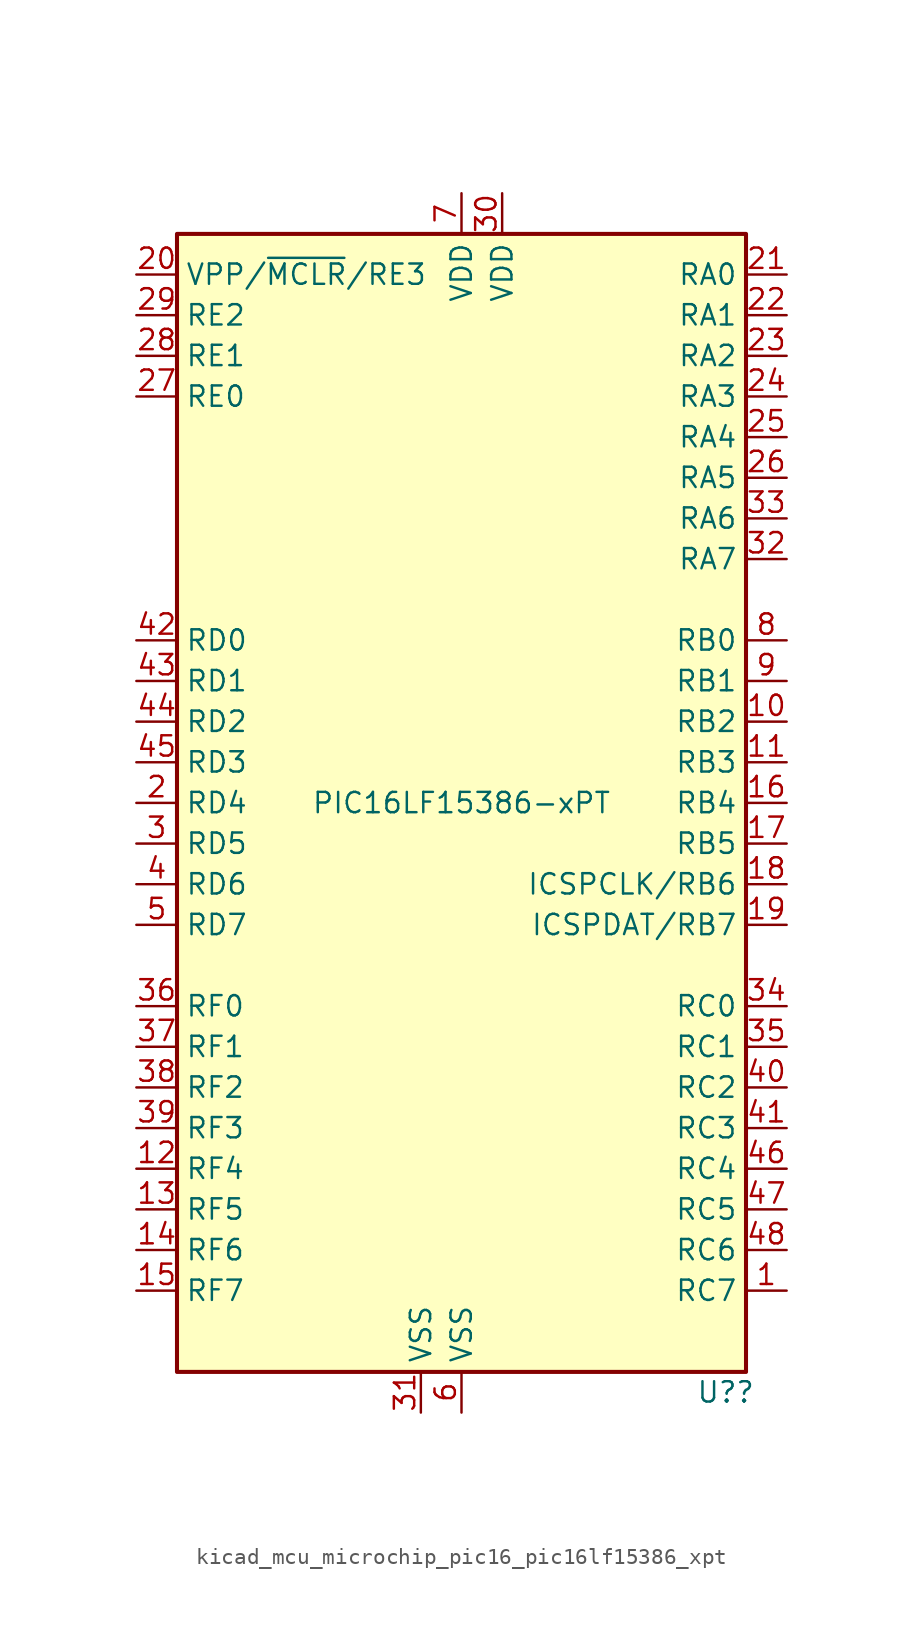
<source format=kicad_sym>
(kicad_symbol_lib
  (version 20220914)
  (generator kicad_symbol_editor)
  (symbol "kicad_mcu_microchip_pic16_pic16lf15386_xpt"
    (property "Reference" "U?"
      (at 16.51 -36.83 0)
      (effects (font (size 1.27 1.27))))
    (property "Value" "PIC16LF15386-xPT"
      (at 0 0 0)
      (effects (font (size 1.27 1.27))))
    (symbol "kicad_mcu_microchip_pic16_pic16lf15386_xpt_0_0"
      (pin bidirectional line (at -20.32 -2.54 0) (length 2.54) (name "RD5" (effects (font (size 1.27 1.27)))) (number "3" (effects (font (size 1.27 1.27)))))
      (pin bidirectional line (at -20.32 -5.08 0) (length 2.54) (name "RD6" (effects (font (size 1.27 1.27)))) (number "4" (effects (font (size 1.27 1.27))))))
    (symbol "kicad_mcu_microchip_pic16_pic16lf15386_xpt_0_1"
      (rectangle (start -17.78 35.56) (end 17.78 -35.56) (stroke (width 0.254) (type default)) (fill (type background))))
    (symbol "kicad_mcu_microchip_pic16_pic16lf15386_xpt_1_1"
      (pin bidirectional line (at 20.32 -30.48 180) (length 2.54) (name "RC7" (effects (font (size 1.27 1.27)))) (number "1" (effects (font (size 1.27 1.27)))))
      (pin bidirectional line (at 20.32 5.08 180) (length 2.54) (name "RB2" (effects (font (size 1.27 1.27)))) (number "10" (effects (font (size 1.27 1.27)))))
      (pin bidirectional line (at 20.32 2.54 180) (length 2.54) (name "RB3" (effects (font (size 1.27 1.27)))) (number "11" (effects (font (size 1.27 1.27)))))
      (pin bidirectional line (at -20.32 -22.86 0) (length 2.54) (name "RF4" (effects (font (size 1.27 1.27)))) (number "12" (effects (font (size 1.27 1.27)))))
      (pin bidirectional line (at -20.32 -25.4 0) (length 2.54) (name "RF5" (effects (font (size 1.27 1.27)))) (number "13" (effects (font (size 1.27 1.27)))))
      (pin bidirectional line (at -20.32 -27.94 0) (length 2.54) (name "RF6" (effects (font (size 1.27 1.27)))) (number "14" (effects (font (size 1.27 1.27)))))
      (pin bidirectional line (at -20.32 -30.48 0) (length 2.54) (name "RF7" (effects (font (size 1.27 1.27)))) (number "15" (effects (font (size 1.27 1.27)))))
      (pin bidirectional line (at 20.32 0 180) (length 2.54) (name "RB4" (effects (font (size 1.27 1.27)))) (number "16" (effects (font (size 1.27 1.27)))))
      (pin bidirectional line (at 20.32 -2.54 180) (length 2.54) (name "RB5" (effects (font (size 1.27 1.27)))) (number "17" (effects (font (size 1.27 1.27)))))
      (pin bidirectional line (at 20.32 -5.08 180) (length 2.54) (name "ICSPCLK/RB6" (effects (font (size 1.27 1.27)))) (number "18" (effects (font (size 1.27 1.27)))))
      (pin bidirectional line (at 20.32 -7.62 180) (length 2.54) (name "ICSPDAT/RB7" (effects (font (size 1.27 1.27)))) (number "19" (effects (font (size 1.27 1.27)))))
      (pin bidirectional line (at -20.32 0 0) (length 2.54) (name "RD4" (effects (font (size 1.27 1.27)))) (number "2" (effects (font (size 1.27 1.27)))))
      (pin bidirectional line (at -20.32 33.02 0) (length 2.54) (name "VPP/~{MCLR}/RE3" (effects (font (size 1.27 1.27)))) (number "20" (effects (font (size 1.27 1.27)))))
      (pin bidirectional line (at 20.32 33.02 180) (length 2.54) (name "RA0" (effects (font (size 1.27 1.27)))) (number "21" (effects (font (size 1.27 1.27)))))
      (pin bidirectional line (at 20.32 30.48 180) (length 2.54) (name "RA1" (effects (font (size 1.27 1.27)))) (number "22" (effects (font (size 1.27 1.27)))))
      (pin bidirectional line (at 20.32 27.94 180) (length 2.54) (name "RA2" (effects (font (size 1.27 1.27)))) (number "23" (effects (font (size 1.27 1.27)))))
      (pin bidirectional line (at 20.32 25.4 180) (length 2.54) (name "RA3" (effects (font (size 1.27 1.27)))) (number "24" (effects (font (size 1.27 1.27)))))
      (pin bidirectional line (at 20.32 22.86 180) (length 2.54) (name "RA4" (effects (font (size 1.27 1.27)))) (number "25" (effects (font (size 1.27 1.27)))))
      (pin bidirectional line (at 20.32 20.32 180) (length 2.54) (name "RA5" (effects (font (size 1.27 1.27)))) (number "26" (effects (font (size 1.27 1.27)))))
      (pin bidirectional line (at -20.32 25.4 0) (length 2.54) (name "RE0" (effects (font (size 1.27 1.27)))) (number "27" (effects (font (size 1.27 1.27)))))
      (pin bidirectional line (at -20.32 27.94 0) (length 2.54) (name "RE1" (effects (font (size 1.27 1.27)))) (number "28" (effects (font (size 1.27 1.27)))))
      (pin bidirectional line (at -20.32 30.48 0) (length 2.54) (name "RE2" (effects (font (size 1.27 1.27)))) (number "29" (effects (font (size 1.27 1.27)))))
      (pin power_in line (at 2.54 38.1 270) (length 2.54) (name "VDD" (effects (font (size 1.27 1.27)))) (number "30" (effects (font (size 1.27 1.27)))))
      (pin power_in line (at -2.54 -38.1 90) (length 2.54) (name "VSS" (effects (font (size 1.27 1.27)))) (number "31" (effects (font (size 1.27 1.27)))))
      (pin bidirectional line (at 20.32 15.24 180) (length 2.54) (name "RA7" (effects (font (size 1.27 1.27)))) (number "32" (effects (font (size 1.27 1.27)))))
      (pin bidirectional line (at 20.32 17.78 180) (length 2.54) (name "RA6" (effects (font (size 1.27 1.27)))) (number "33" (effects (font (size 1.27 1.27)))))
      (pin bidirectional line (at 20.32 -12.7 180) (length 2.54) (name "RC0" (effects (font (size 1.27 1.27)))) (number "34" (effects (font (size 1.27 1.27)))))
      (pin bidirectional line (at 20.32 -15.24 180) (length 2.54) (name "RC1" (effects (font (size 1.27 1.27)))) (number "35" (effects (font (size 1.27 1.27)))))
      (pin bidirectional line (at -20.32 -12.7 0) (length 2.54) (name "RF0" (effects (font (size 1.27 1.27)))) (number "36" (effects (font (size 1.27 1.27)))))
      (pin bidirectional line (at -20.32 -15.24 0) (length 2.54) (name "RF1" (effects (font (size 1.27 1.27)))) (number "37" (effects (font (size 1.27 1.27)))))
      (pin bidirectional line (at -20.32 -17.78 0) (length 2.54) (name "RF2" (effects (font (size 1.27 1.27)))) (number "38" (effects (font (size 1.27 1.27)))))
      (pin bidirectional line (at -20.32 -20.32 0) (length 2.54) (name "RF3" (effects (font (size 1.27 1.27)))) (number "39" (effects (font (size 1.27 1.27)))))
      (pin bidirectional line (at 20.32 -17.78 180) (length 2.54) (name "RC2" (effects (font (size 1.27 1.27)))) (number "40" (effects (font (size 1.27 1.27)))))
      (pin bidirectional line (at 20.32 -20.32 180) (length 2.54) (name "RC3" (effects (font (size 1.27 1.27)))) (number "41" (effects (font (size 1.27 1.27)))))
      (pin bidirectional line (at -20.32 10.16 0) (length 2.54) (name "RD0" (effects (font (size 1.27 1.27)))) (number "42" (effects (font (size 1.27 1.27)))))
      (pin bidirectional line (at -20.32 7.62 0) (length 2.54) (name "RD1" (effects (font (size 1.27 1.27)))) (number "43" (effects (font (size 1.27 1.27)))))
      (pin bidirectional line (at -20.32 5.08 0) (length 2.54) (name "RD2" (effects (font (size 1.27 1.27)))) (number "44" (effects (font (size 1.27 1.27)))))
      (pin bidirectional line (at -20.32 2.54 0) (length 2.54) (name "RD3" (effects (font (size 1.27 1.27)))) (number "45" (effects (font (size 1.27 1.27)))))
      (pin bidirectional line (at 20.32 -22.86 180) (length 2.54) (name "RC4" (effects (font (size 1.27 1.27)))) (number "46" (effects (font (size 1.27 1.27)))))
      (pin bidirectional line (at 20.32 -25.4 180) (length 2.54) (name "RC5" (effects (font (size 1.27 1.27)))) (number "47" (effects (font (size 1.27 1.27)))))
      (pin bidirectional line (at 20.32 -27.94 180) (length 2.54) (name "RC6" (effects (font (size 1.27 1.27)))) (number "48" (effects (font (size 1.27 1.27)))))
      (pin bidirectional line (at -20.32 -7.62 0) (length 2.54) (name "RD7" (effects (font (size 1.27 1.27)))) (number "5" (effects (font (size 1.27 1.27)))))
      (pin power_in line (at 0 -38.1 90) (length 2.54) (name "VSS" (effects (font (size 1.27 1.27)))) (number "6" (effects (font (size 1.27 1.27)))))
      (pin power_in line (at 0 38.1 270) (length 2.54) (name "VDD" (effects (font (size 1.27 1.27)))) (number "7" (effects (font (size 1.27 1.27)))))
      (pin bidirectional line (at 20.32 10.16 180) (length 2.54) (name "RB0" (effects (font (size 1.27 1.27)))) (number "8" (effects (font (size 1.27 1.27)))))
      (pin bidirectional line (at 20.32 7.62 180) (length 2.54) (name "RB1" (effects (font (size 1.27 1.27)))) (number "9" (effects (font (size 1.27 1.27))))))))
</source>
